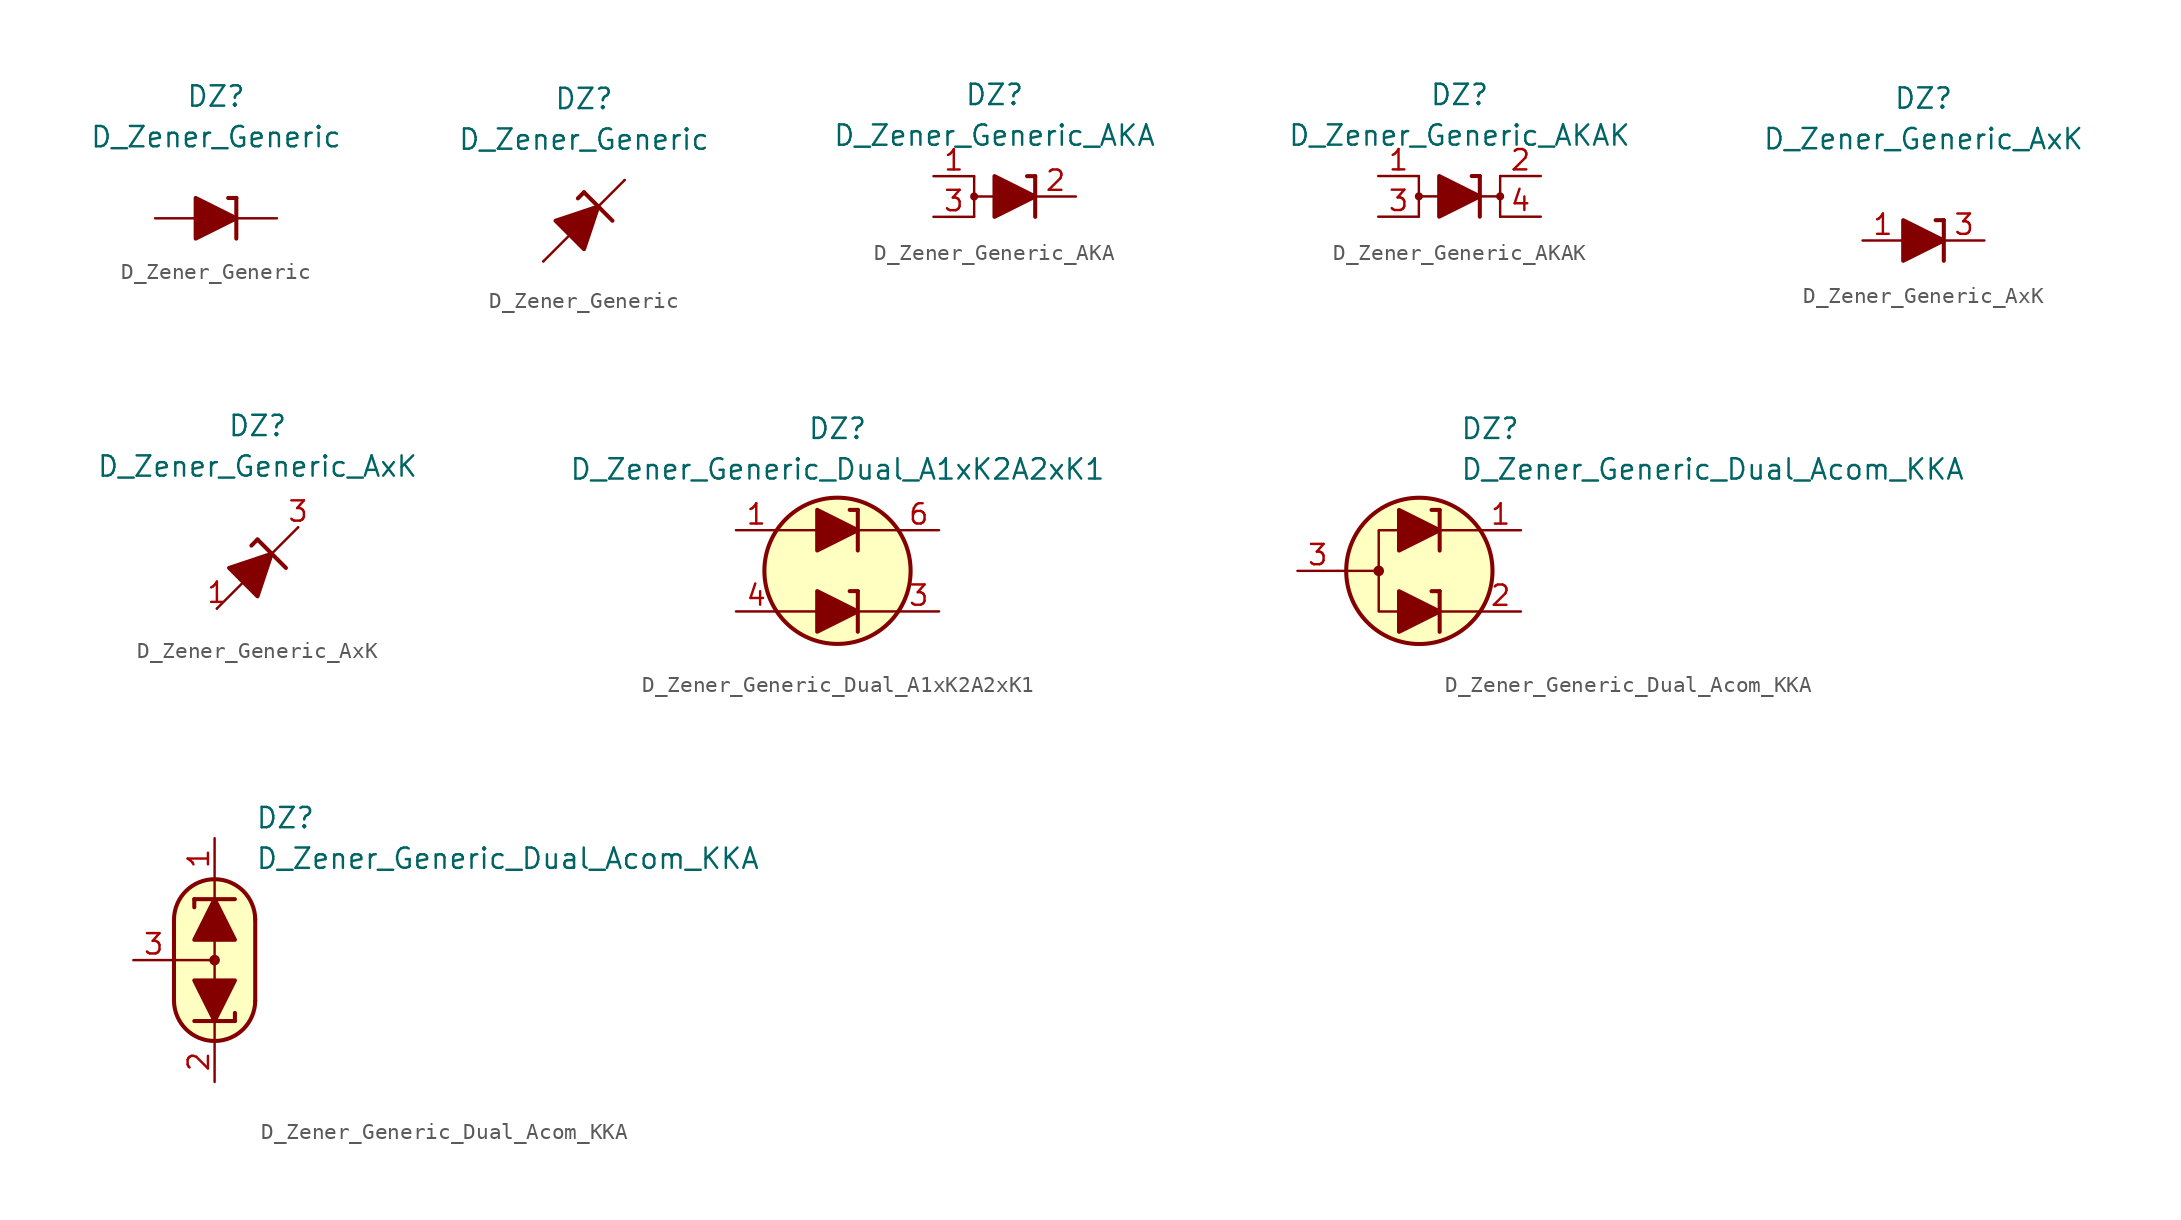
<source format=kicad_sym>
(kicad_symbol_lib
  (version 20231120)
  (generator "kicad_symbol_editor")
  (generator_version "8.0")
  (symbol "D_Zener_Generic"
    (pin_numbers hide)
    (pin_names
      (offset 1.016) hide)
    (property "Reference" "DZ"
      (at 0 7.62 0)
      (effects (font (size 1.27 1.27))))
    (property "Value" "D_Zener_Generic"
      (at 0 5.08 0)
      (effects (font (size 1.27 1.27))))
    (symbol "D_Zener_Generic_0_1"
      (polyline (pts (xy -1.27 0) (xy 1.27 0)) (stroke (width 0) (type default)) (fill (type none)))
      (polyline (pts (xy 1.27 1.27) (xy 0.762 1.27)) (stroke (width 0.254) (type default)) (fill (type none)))
      (polyline (pts (xy 1.27 1.27) (xy 1.27 -1.27)) (stroke (width 0.254) (type default)) (fill (type none)))
      (polyline (pts (xy -1.27 -1.27) (xy -1.27 1.27) (xy 1.27 0) (xy -1.27 -1.27)) (stroke (width 0.254) (type default)) (fill (type outline))))
    (symbol "D_Zener_Generic_0_2"
      (polyline (pts (xy -2.54 -2.54) (xy 2.54 2.54)) (stroke (width 0) (type default)) (fill (type none)))
      (polyline (pts (xy 0 1.778) (xy -0.381 1.397)) (stroke (width 0.254) (type default)) (fill (type none)))
      (polyline (pts (xy 0 1.778) (xy 1.778 0)) (stroke (width 0.254) (type default)) (fill (type none)))
      (polyline (pts (xy -0.889 -0.889) (xy -1.778 0) (xy 0.889 0.889) (xy 0 -1.778) (xy -0.889 -0.889)) (stroke (width 0.254) (type default)) (fill (type outline))))
    (symbol "D_Zener_Generic_1_1"
      (pin passive line (at 3.81 0 180) (length 2.54) (name "K" (effects (font (size 1.27 1.27)))) (number "1" (effects (font (size 1.27 1.27)))))
      (pin passive line (at -3.81 0 0) (length 2.54) (name "A" (effects (font (size 1.27 1.27)))) (number "2" (effects (font (size 1.27 1.27))))))
    (symbol "D_Zener_Generic_1_2"
      (pin passive line (at 2.54 2.54 180) (length 0) (name "K" (effects (font (size 1.27 1.27)))) (number "1" (effects (font (size 1.27 1.27)))))
      (pin passive line (at -2.54 -2.54 0) (length 0) (name "A" (effects (font (size 1.27 1.27)))) (number "2" (effects (font (size 1.27 1.27)))))))
  (symbol "D_Zener_Generic_AKA"
    (pin_names
      (offset 1.016) hide)
    (property "Reference" "DZ"
      (at 0 6.35 0)
      (effects (font (size 1.27 1.27))))
    (property "Value" "D_Zener_Generic_AKA"
      (at 0 3.81 0)
      (effects (font (size 1.27 1.27))))
    (symbol "D_Zener_Generic_AKA_0_1"
      (circle (center -1.27 0) (radius 0.178) (stroke (width 0) (type default)) (fill (type outline)))
      (polyline (pts (xy -1.27 -1.27) (xy -1.27 1.27)) (stroke (width 0) (type default)) (fill (type none)))
      (polyline (pts (xy 0 0) (xy -1.27 0)) (stroke (width 0) (type default)) (fill (type none)))
      (polyline (pts (xy 0 0) (xy 2.54 0)) (stroke (width 0) (type default)) (fill (type none)))
      (polyline (pts (xy 2.54 -1.27) (xy 2.54 1.27)) (stroke (width 0.254) (type default)) (fill (type none)))
      (polyline (pts (xy 2.54 1.27) (xy 2.032 1.27)) (stroke (width 0.254) (type default)) (fill (type none)))
      (polyline (pts (xy 0 1.27) (xy 0 -1.27) (xy 2.54 0) (xy 0 1.27)) (stroke (width 0.254) (type default)) (fill (type outline))))
    (symbol "D_Zener_Generic_AKA_1_1"
      (pin passive line (at -3.81 1.27 0) (length 2.54) (name "A" (effects (font (size 1.27 1.27)))) (number "1" (effects (font (size 1.27 1.27)))))
      (pin passive line (at 5.08 0 180) (length 2.54) (name "K" (effects (font (size 1.27 1.27)))) (number "2" (effects (font (size 1.27 1.27)))))
      (pin passive line (at -3.81 -1.27 0) (length 2.54) (name "A" (effects (font (size 1.27 1.27)))) (number "3" (effects (font (size 1.27 1.27)))))))
  (symbol "D_Zener_Generic_AKAK"
    (pin_names
      (offset 1.016) hide)
    (property "Reference" "DZ"
      (at 0 6.35 0)
      (effects (font (size 1.27 1.27))))
    (property "Value" "D_Zener_Generic_AKAK"
      (at 0 3.81 0)
      (effects (font (size 1.27 1.27))))
    (symbol "D_Zener_Generic_AKAK_0_1"
      (circle (center -2.54 0) (radius 0.178) (stroke (width 0) (type default)) (fill (type outline)))
      (polyline (pts (xy -2.54 -1.27) (xy -2.54 1.27)) (stroke (width 0) (type default)) (fill (type none)))
      (polyline (pts (xy -1.27 0) (xy -2.54 0)) (stroke (width 0) (type default)) (fill (type none)))
      (polyline (pts (xy -1.27 0) (xy 1.27 0)) (stroke (width 0) (type default)) (fill (type none)))
      (polyline (pts (xy 1.27 -1.27) (xy 1.27 1.27)) (stroke (width 0.254) (type default)) (fill (type none)))
      (polyline (pts (xy 1.27 1.27) (xy 0.762 1.27)) (stroke (width 0.254) (type default)) (fill (type none)))
      (polyline (pts (xy -1.27 1.27) (xy -1.27 -1.27) (xy 1.27 0) (xy -1.27 1.27)) (stroke (width 0.254) (type default)) (fill (type outline))))
    (symbol "D_Zener_Generic_AKAK_1_1"
      (polyline (pts (xy 1.27 0) (xy 2.54 0)) (stroke (width 0) (type default)) (fill (type none)))
      (polyline (pts (xy 2.54 1.27) (xy 2.54 -1.27)) (stroke (width 0) (type default)) (fill (type none)))
      (circle (center 2.54 0) (radius 0.178) (stroke (width 0) (type default)) (fill (type outline)))
      (pin passive line (at -5.08 1.27 0) (length 2.54) (name "A" (effects (font (size 1.27 1.27)))) (number "1" (effects (font (size 1.27 1.27)))))
      (pin passive line (at 5.08 1.27 180) (length 2.54) (name "K" (effects (font (size 1.27 1.27)))) (number "2" (effects (font (size 1.27 1.27)))))
      (pin passive line (at -5.08 -1.27 0) (length 2.54) (name "A" (effects (font (size 1.27 1.27)))) (number "3" (effects (font (size 1.27 1.27)))))
      (pin passive line (at 5.08 -1.27 180) (length 2.54) (name "K" (effects (font (size 1.27 1.27)))) (number "4" (effects (font (size 1.27 1.27)))))))
  (symbol "D_Zener_Generic_AxK"
    (pin_names
      (offset 1.016) hide)
    (property "Reference" "DZ"
      (at 0 8.89 0)
      (effects (font (size 1.27 1.27))))
    (property "Value" "D_Zener_Generic_AxK"
      (at 0 6.35 0)
      (effects (font (size 1.27 1.27))))
    (symbol "D_Zener_Generic_AxK_0_1"
      (polyline (pts (xy -1.27 0) (xy 1.27 0)) (stroke (width 0) (type default)) (fill (type none)))
      (polyline (pts (xy 1.27 -1.27) (xy 1.27 1.27)) (stroke (width 0.254) (type default)) (fill (type none)))
      (polyline (pts (xy 1.27 1.27) (xy 0.762 1.27)) (stroke (width 0.254) (type default)) (fill (type none)))
      (polyline (pts (xy -1.27 1.27) (xy -1.27 -1.27) (xy 1.27 0) (xy -1.27 1.27)) (stroke (width 0.254) (type default)) (fill (type outline))))
    (symbol "D_Zener_Generic_AxK_0_2"
      (polyline (pts (xy -2.54 -2.54) (xy 2.54 2.54)) (stroke (width 0) (type default)) (fill (type none)))
      (polyline (pts (xy 0 1.778) (xy -0.381 1.397)) (stroke (width 0.254) (type default)) (fill (type none)))
      (polyline (pts (xy 0 1.778) (xy 1.778 0)) (stroke (width 0.254) (type default)) (fill (type none)))
      (polyline (pts (xy -0.889 -0.889) (xy -1.778 0) (xy 0.889 0.889) (xy 0 -1.778) (xy -0.889 -0.889)) (stroke (width 0.254) (type default)) (fill (type outline))))
    (symbol "D_Zener_Generic_AxK_1_1"
      (pin passive line (at -3.81 0 0) (length 2.54) (name "A" (effects (font (size 1.27 1.27)))) (number "1" (effects (font (size 1.27 1.27)))))
      (pin free line (at 0 0 0) (length 2.54) hide (name "NC" (effects (font (size 1.27 1.27)))) (number "2" (effects (font (size 1.27 1.27)))))
      (pin passive line (at 3.81 0 180) (length 2.54) (name "K" (effects (font (size 1.27 1.27)))) (number "3" (effects (font (size 1.27 1.27))))))
    (symbol "D_Zener_Generic_AxK_1_2"
      (pin passive line (at -2.54 -2.54 0) (length 0) (name "A" (effects (font (size 1.27 1.27)))) (number "1" (effects (font (size 1.27 1.27)))))
      (pin free line (at 0 0 0) (length 2.54) hide (name "NC" (effects (font (size 1.27 1.27)))) (number "2" (effects (font (size 1.27 1.27)))))
      (pin passive line (at 2.54 2.54 180) (length 0) (name "K" (effects (font (size 1.27 1.27)))) (number "3" (effects (font (size 1.27 1.27)))))))
  (symbol "D_Zener_Generic_Dual_A1xK2A2xK1"
    (pin_names
      (offset 1.016) hide)
    (property "Reference" "DZ"
      (at 0 8.89 0)
      (effects (font (size 1.27 1.27))))
    (property "Value" "D_Zener_Generic_Dual_A1xK2A2xK1"
      (at 0 6.35 0)
      (effects (font (size 1.27 1.27))))
    (symbol "D_Zener_Generic_Dual_A1xK2A2xK1_0_1"
      (polyline (pts (xy -3.81 -2.54) (xy -1.27 -2.54)) (stroke (width 0) (type default)) (fill (type none)))
      (polyline (pts (xy -3.81 2.54) (xy -1.27 2.54)) (stroke (width 0) (type default)) (fill (type none)))
      (polyline (pts (xy 1.27 -2.54) (xy 3.81 -2.54)) (stroke (width 0) (type default)) (fill (type none)))
      (polyline (pts (xy 1.27 -1.27) (xy 0.762 -1.27)) (stroke (width 0.254) (type default)) (fill (type none)))
      (polyline (pts (xy 1.27 -1.27) (xy 1.27 -3.81)) (stroke (width 0.254) (type default)) (fill (type none)))
      (polyline (pts (xy 1.27 2.54) (xy 3.81 2.54)) (stroke (width 0) (type default)) (fill (type none)))
      (polyline (pts (xy 1.27 3.81) (xy 0.762 3.81)) (stroke (width 0.254) (type default)) (fill (type none)))
      (polyline (pts (xy 1.27 3.81) (xy 1.27 1.27)) (stroke (width 0.254) (type default)) (fill (type none)))
      (circle (center 0 0) (radius 4.572) (stroke (width 0.254) (type default)) (fill (type background))))
    (symbol "D_Zener_Generic_Dual_A1xK2A2xK1_1_1"
      (polyline (pts (xy -1.27 -2.54) (xy 1.27 -2.54)) (stroke (width 0) (type default)) (fill (type none)))
      (polyline (pts (xy -1.27 2.54) (xy 1.27 2.54)) (stroke (width 0) (type default)) (fill (type none)))
      (polyline (pts (xy -1.27 -1.27) (xy -1.27 -3.81) (xy 1.27 -2.54) (xy -1.27 -1.27)) (stroke (width 0.254) (type default)) (fill (type outline)))
      (polyline (pts (xy -1.27 3.81) (xy -1.27 1.27) (xy 1.27 2.54) (xy -1.27 3.81)) (stroke (width 0.254) (type default)) (fill (type outline)))
      (pin passive line (at -6.35 2.54 0) (length 2.54) (name "A1" (effects (font (size 1.27 1.27)))) (number "1" (effects (font (size 1.27 1.27)))))
      (pin free line (at -2.54 0 0) (length 2.54) hide (name "NC" (effects (font (size 1.27 1.27)))) (number "2" (effects (font (size 1.27 1.27)))))
      (pin passive line (at 6.35 -2.54 180) (length 2.54) (name "K2" (effects (font (size 1.27 1.27)))) (number "3" (effects (font (size 1.27 1.27)))))
      (pin passive line (at -6.35 -2.54 0) (length 2.54) (name "A2" (effects (font (size 1.27 1.27)))) (number "4" (effects (font (size 1.27 1.27)))))
      (pin free line (at 2.54 0 180) (length 2.54) hide (name "NC" (effects (font (size 1.27 1.27)))) (number "5" (effects (font (size 1.27 1.27)))))
      (pin passive line (at 6.35 2.54 180) (length 2.54) (name "K1" (effects (font (size 1.27 1.27)))) (number "6" (effects (font (size 1.27 1.27)))))))
  (symbol "D_Zener_Generic_Dual_Acom_KKA"
    (pin_names
      (offset 1.016) hide)
    (property "Reference" "DZ"
      (at 2.54 8.89 0)
      (effects (font (size 1.27 1.27)) (justify left)))
    (property "Value" "D_Zener_Generic_Dual_Acom_KKA"
      (at 2.54 6.35 0)
      (effects (font (size 1.27 1.27)) (justify left)))
    (symbol "D_Zener_Generic_Dual_Acom_KKA_0_1"
      (circle (center -2.54 0) (radius 0.254) (stroke (width 0) (type default)) (fill (type outline)))
      (polyline (pts (xy -5.08 0) (xy -2.54 0)) (stroke (width 0) (type default)) (fill (type none)))
      (polyline (pts (xy 1.27 -2.54) (xy 3.81 -2.54)) (stroke (width 0) (type default)) (fill (type none)))
      (polyline (pts (xy 1.27 -1.27) (xy 0.762 -1.27)) (stroke (width 0.254) (type default)) (fill (type none)))
      (polyline (pts (xy 1.27 -1.27) (xy 1.27 -3.81)) (stroke (width 0.254) (type default)) (fill (type none)))
      (polyline (pts (xy 1.27 2.54) (xy 3.81 2.54)) (stroke (width 0) (type default)) (fill (type none)))
      (polyline (pts (xy 1.27 3.81) (xy 0.762 3.81)) (stroke (width 0.254) (type default)) (fill (type none)))
      (polyline (pts (xy 1.27 3.81) (xy 1.27 1.27)) (stroke (width 0.254) (type default)) (fill (type none)))
      (polyline (pts (xy -1.27 -2.54) (xy -2.54 -2.54) (xy -2.54 2.54) (xy -1.27 2.54)) (stroke (width 0) (type default)) (fill (type none)))
      (circle (center 0 0) (radius 4.572) (stroke (width 0.254) (type default)) (fill (type background))))
    (symbol "D_Zener_Generic_Dual_Acom_KKA_0_2"
      (arc (start -2.54 -2.54) (mid 0 -5.0576) (end 2.54 -2.54) (stroke (width 0.254) (type default)) (fill (type none)))
      (polyline (pts (xy -2.54 0) (xy 0 0)) (stroke (width 0) (type default)) (fill (type none)))
      (polyline (pts (xy -2.54 2.54) (xy -2.54 -2.54)) (stroke (width 0.254) (type default)) (fill (type none)))
      (polyline (pts (xy -1.27 3.81) (xy -1.27 3.302)) (stroke (width 0.254) (type default)) (fill (type none)))
      (polyline (pts (xy -1.27 3.81) (xy 1.27 3.81)) (stroke (width 0.254) (type default)) (fill (type none)))
      (polyline (pts (xy 0 -5.08) (xy 0 -3.81)) (stroke (width 0) (type default)) (fill (type none)))
      (polyline (pts (xy 0 1.27) (xy 0 -1.27)) (stroke (width 0) (type default)) (fill (type none)))
      (polyline (pts (xy 0 5.08) (xy 0 3.81)) (stroke (width 0) (type default)) (fill (type none)))
      (polyline (pts (xy 1.27 -3.81) (xy -1.27 -3.81)) (stroke (width 0.254) (type default)) (fill (type none)))
      (polyline (pts (xy 1.27 -3.81) (xy 1.27 -3.302)) (stroke (width 0.254) (type default)) (fill (type none)))
      (polyline (pts (xy 2.54 -2.54) (xy 2.54 2.54)) (stroke (width 0.254) (type default)) (fill (type none)))
      (polyline (pts (xy 0 -5.08) (xy -1.016 -4.826) (xy -1.778 -4.318) (xy -2.286 -3.556) (xy -2.54 -3.048) (xy -2.54 2.794) (xy -2.286 3.556) (xy -1.778 4.318) (xy -1.016 4.826) (xy -0.254 5.08) (xy 0.254 5.08) (xy 1.016 4.826) (xy 1.524 4.572) (xy 2.032 4.064) (xy 2.286 3.556) (xy 2.54 2.794) (xy 2.54 -2.794) (xy 2.286 -3.556) (xy 2.032 -4.064) (xy 1.524 -4.572) (xy 1.016 -4.826) (xy 0 -5.08)) (stroke (width 0.01) (type default)) (fill (type background)))
      (circle (center 0 0) (radius 0.254) (stroke (width 0) (type default)) (fill (type outline)))
      (arc (start 2.54 2.54) (mid 0 5.0576) (end -2.54 2.54) (stroke (width 0.254) (type default)) (fill (type none))))
    (symbol "D_Zener_Generic_Dual_Acom_KKA_1_1"
      (polyline (pts (xy -1.27 -2.54) (xy 1.27 -2.54)) (stroke (width 0) (type default)) (fill (type none)))
      (polyline (pts (xy -1.27 2.54) (xy 1.27 2.54)) (stroke (width 0) (type default)) (fill (type none)))
      (polyline (pts (xy -1.27 -1.27) (xy -1.27 -3.81) (xy 1.27 -2.54) (xy -1.27 -1.27)) (stroke (width 0.254) (type default)) (fill (type outline)))
      (polyline (pts (xy -1.27 3.81) (xy -1.27 1.27) (xy 1.27 2.54) (xy -1.27 3.81)) (stroke (width 0.254) (type default)) (fill (type outline)))
      (pin passive line (at 6.35 2.54 180) (length 2.54) (name "K1" (effects (font (size 1.27 1.27)))) (number "1" (effects (font (size 1.27 1.27)))))
      (pin passive line (at 6.35 -2.54 180) (length 2.54) (name "K2" (effects (font (size 1.27 1.27)))) (number "2" (effects (font (size 1.27 1.27)))))
      (pin passive line (at -7.62 0 0) (length 2.54) (name "A" (effects (font (size 1.27 1.27)))) (number "3" (effects (font (size 1.27 1.27))))))
    (symbol "D_Zener_Generic_Dual_Acom_KKA_1_2"
      (polyline (pts (xy -1.27 1.27) (xy 1.27 1.27) (xy 0 3.81) (xy -1.27 1.27)) (stroke (width 0.254) (type default)) (fill (type outline)))
      (polyline (pts (xy 1.27 -1.27) (xy -1.27 -1.27) (xy 0 -3.81) (xy 1.27 -1.27)) (stroke (width 0.254) (type default)) (fill (type outline)))
      (pin passive line (at 0 7.62 270) (length 2.54) (name "K1" (effects (font (size 1.27 1.27)))) (number "1" (effects (font (size 1.27 1.27)))))
      (pin passive line (at 0 -7.62 90) (length 2.54) (name "K2" (effects (font (size 1.27 1.27)))) (number "2" (effects (font (size 1.27 1.27)))))
      (pin passive line (at -5.08 0 0) (length 2.54) (name "A" (effects (font (size 1.27 1.27)))) (number "3" (effects (font (size 1.27 1.27))))))))
</source>
